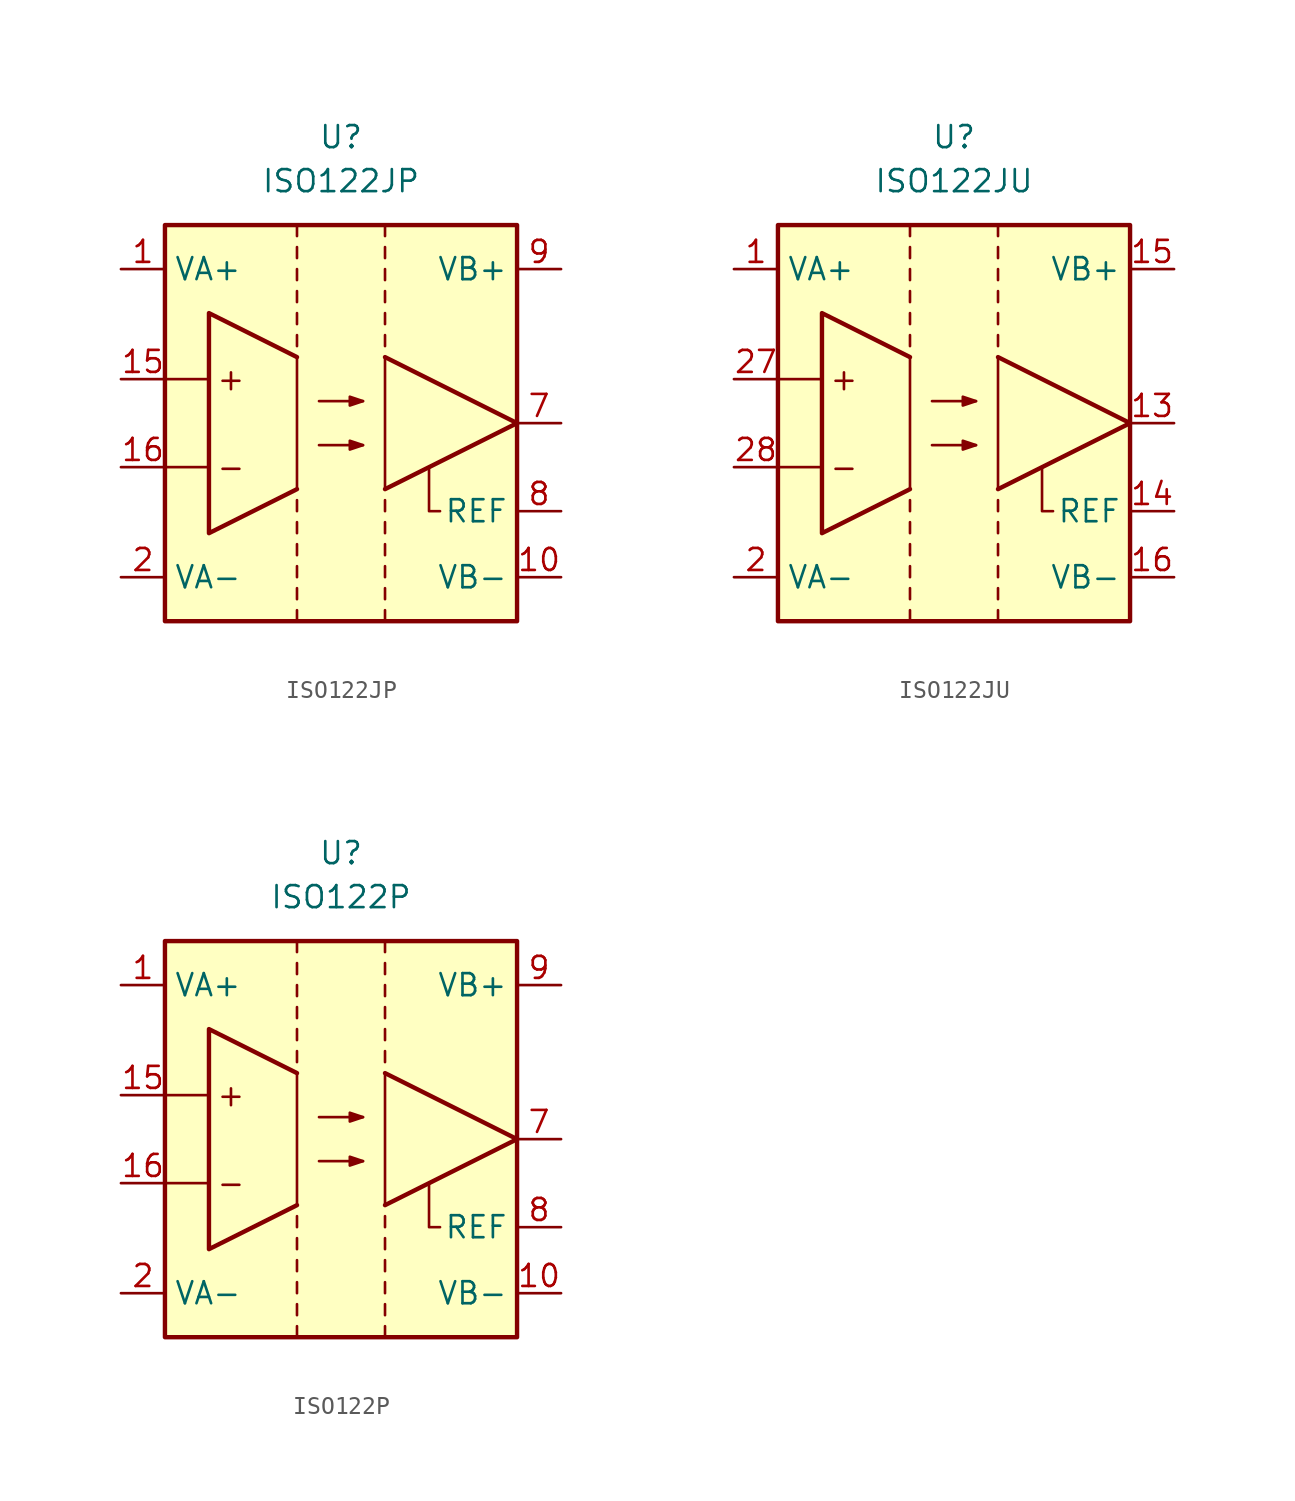
<source format=kicad_sym>
(kicad_symbol_lib
  (version 20211014)
  (generator kicad_symbol_editor)
  (symbol "ISO122JP"
    (property "Reference" "U"
      (at 0 16.51 0)
      (effects (font (size 1.27 1.27))))
    (property "Value" "ISO122JP"
      (at 0 13.97 0)
      (effects (font (size 1.27 1.27))))
    (symbol "ISO122JP_0_0"
      (rectangle (start -10.16 11.43) (end 10.16 -11.43) (stroke (width 0.254) (type default) (color 0 0 0 0)) (fill (type background)))
      (polyline (pts (xy -10.16 -2.54) (xy -7.62 -2.54)) (stroke (width 0.152) (type default) (color 0 0 0 0)) (fill (type none)))
      (polyline (pts (xy -10.16 2.54) (xy -7.62 2.54)) (stroke (width 0.152) (type default) (color 0 0 0 0)) (fill (type none)))
      (text "+" (at -6.35 2.54 0) (effects (font (size 1.27 1.27))))
      (text "-" (at -6.35 -2.54 0) (effects (font (size 1.27 1.27)))))
    (symbol "ISO122JP_0_1"
      (polyline (pts (xy -2.54 -11.43) (xy -2.54 -10.795)) (stroke (width 0.152) (type default) (color 0 0 0 0)) (fill (type none)))
      (polyline (pts (xy -2.54 -10.16) (xy -2.54 -9.525)) (stroke (width 0.152) (type default) (color 0 0 0 0)) (fill (type none)))
      (polyline (pts (xy -2.54 -8.255) (xy -2.54 -8.89)) (stroke (width 0.152) (type default) (color 0 0 0 0)) (fill (type none)))
      (polyline (pts (xy -2.54 -6.985) (xy -2.54 -7.62)) (stroke (width 0.152) (type default) (color 0 0 0 0)) (fill (type none)))
      (polyline (pts (xy -2.54 -5.715) (xy -2.54 -6.35)) (stroke (width 0.152) (type default) (color 0 0 0 0)) (fill (type none)))
      (polyline (pts (xy -2.54 -4.445) (xy -2.54 -5.08)) (stroke (width 0.152) (type default) (color 0 0 0 0)) (fill (type none)))
      (polyline (pts (xy -2.54 4.445) (xy -2.54 5.08)) (stroke (width 0.152) (type default) (color 0 0 0 0)) (fill (type none)))
      (polyline (pts (xy -2.54 5.715) (xy -2.54 6.35)) (stroke (width 0.152) (type default) (color 0 0 0 0)) (fill (type none)))
      (polyline (pts (xy -2.54 7.62) (xy -2.54 6.985)) (stroke (width 0.152) (type default) (color 0 0 0 0)) (fill (type none)))
      (polyline (pts (xy -2.54 8.89) (xy -2.54 8.255)) (stroke (width 0.152) (type default) (color 0 0 0 0)) (fill (type none)))
      (polyline (pts (xy -2.54 10.16) (xy -2.54 9.525)) (stroke (width 0.152) (type default) (color 0 0 0 0)) (fill (type none)))
      (polyline (pts (xy -2.54 11.43) (xy -2.54 10.795)) (stroke (width 0.152) (type default) (color 0 0 0 0)) (fill (type none)))
      (polyline (pts (xy 1.27 -1.27) (xy -1.27 -1.27)) (stroke (width 0.152) (type default) (color 0 0 0 0)) (fill (type none)))
      (polyline (pts (xy 1.27 1.27) (xy -1.27 1.27)) (stroke (width 0.152) (type default) (color 0 0 0 0)) (fill (type none)))
      (polyline (pts (xy 2.54 -11.43) (xy 2.54 -10.795)) (stroke (width 0.152) (type default) (color 0 0 0 0)) (fill (type none)))
      (polyline (pts (xy 2.54 -10.16) (xy 2.54 -9.525)) (stroke (width 0.152) (type default) (color 0 0 0 0)) (fill (type none)))
      (polyline (pts (xy 2.54 -8.255) (xy 2.54 -8.89)) (stroke (width 0.152) (type default) (color 0 0 0 0)) (fill (type none)))
      (polyline (pts (xy 2.54 -6.985) (xy 2.54 -7.62)) (stroke (width 0.152) (type default) (color 0 0 0 0)) (fill (type none)))
      (polyline (pts (xy 2.54 -5.715) (xy 2.54 -6.35)) (stroke (width 0.152) (type default) (color 0 0 0 0)) (fill (type none)))
      (polyline (pts (xy 2.54 -4.445) (xy 2.54 -5.08)) (stroke (width 0.152) (type default) (color 0 0 0 0)) (fill (type none)))
      (polyline (pts (xy 2.54 4.445) (xy 2.54 5.08)) (stroke (width 0.152) (type default) (color 0 0 0 0)) (fill (type none)))
      (polyline (pts (xy 2.54 5.715) (xy 2.54 6.35)) (stroke (width 0.152) (type default) (color 0 0 0 0)) (fill (type none)))
      (polyline (pts (xy 2.54 7.62) (xy 2.54 6.985)) (stroke (width 0.152) (type default) (color 0 0 0 0)) (fill (type none)))
      (polyline (pts (xy 2.54 8.89) (xy 2.54 8.255)) (stroke (width 0.152) (type default) (color 0 0 0 0)) (fill (type none)))
      (polyline (pts (xy 2.54 10.16) (xy 2.54 9.525)) (stroke (width 0.152) (type default) (color 0 0 0 0)) (fill (type none)))
      (polyline (pts (xy 2.54 11.43) (xy 2.54 10.795)) (stroke (width 0.152) (type default) (color 0 0 0 0)) (fill (type none)))
      (polyline (pts (xy 2.54 3.81) (xy 10.16 0) (xy 2.54 -3.81)) (stroke (width 0.254) (type default) (color 0 0 0 0)) (fill (type none)))
      (polyline (pts (xy 5.715 -5.08) (xy 5.08 -5.08) (xy 5.08 -2.54)) (stroke (width 0.152) (type default) (color 0 0 0 0)) (fill (type none)))
      (polyline (pts (xy -2.54 3.81) (xy -7.62 6.35) (xy -7.62 -6.35) (xy -2.54 -3.81)) (stroke (width 0.254) (type default) (color 0 0 0 0)) (fill (type none)))
      (polyline (pts (xy 1.27 -1.27) (xy 0.508 -1.016) (xy 0.508 -1.524) (xy 1.27 -1.27)) (stroke (width 0.152) (type default) (color 0 0 0 0)) (fill (type outline)))
      (polyline (pts (xy 1.27 1.27) (xy 0.508 1.524) (xy 0.508 1.016) (xy 1.27 1.27)) (stroke (width 0.152) (type default) (color 0 0 0 0)) (fill (type outline)))
      (polyline (pts (xy 2.54 3.81) (xy 2.54 -3.81) (xy 10.16 0) (xy 2.54 3.81)) (stroke (width 0.152) (type default) (color 0 0 0 0)) (fill (type none)))
      (polyline (pts (xy -2.54 3.81) (xy -7.62 6.35) (xy -7.62 -6.35) (xy -2.54 -3.81) (xy -2.54 3.81)) (stroke (width 0.152) (type default) (color 0 0 0 0)) (fill (type none))))
    (symbol "ISO122JP_1_1"
      (pin power_in line (at -12.7 8.89 0) (length 2.54) (name "VA+" (effects (font (size 1.27 1.27)))) (number "1" (effects (font (size 1.27 1.27)))))
      (pin power_in line (at 12.7 -8.89 180) (length 2.54) (name "VB-" (effects (font (size 1.27 1.27)))) (number "10" (effects (font (size 1.27 1.27)))))
      (pin input line (at -12.7 2.54 0) (length 2.54) (name "~" (effects (font (size 1.27 1.27)))) (number "15" (effects (font (size 1.27 1.27)))))
      (pin input line (at -12.7 -2.54 0) (length 2.54) (name "~" (effects (font (size 1.27 1.27)))) (number "16" (effects (font (size 1.27 1.27)))))
      (pin power_in line (at -12.7 -8.89 0) (length 2.54) (name "VA-" (effects (font (size 1.27 1.27)))) (number "2" (effects (font (size 1.27 1.27)))))
      (pin output line (at 12.7 0 180) (length 2.54) (name "~" (effects (font (size 1.27 1.27)))) (number "7" (effects (font (size 1.27 1.27)))))
      (pin input line (at 12.7 -5.08 180) (length 2.54) (name "REF" (effects (font (size 1.27 1.27)))) (number "8" (effects (font (size 1.27 1.27)))))
      (pin power_in line (at 12.7 8.89 180) (length 2.54) (name "VB+" (effects (font (size 1.27 1.27)))) (number "9" (effects (font (size 1.27 1.27)))))))
  (symbol "ISO122JU"
    (property "Reference" "U"
      (at 0 16.51 0)
      (effects (font (size 1.27 1.27))))
    (property "Value" "ISO122JU"
      (at 0 13.97 0)
      (effects (font (size 1.27 1.27))))
    (symbol "ISO122JU_0_0"
      (rectangle (start -10.16 11.43) (end 10.16 -11.43) (stroke (width 0.254) (type default) (color 0 0 0 0)) (fill (type background)))
      (polyline (pts (xy -10.16 -2.54) (xy -7.62 -2.54)) (stroke (width 0.152) (type default) (color 0 0 0 0)) (fill (type none)))
      (polyline (pts (xy -10.16 2.54) (xy -7.62 2.54)) (stroke (width 0.152) (type default) (color 0 0 0 0)) (fill (type none)))
      (text "+" (at -6.35 2.54 0) (effects (font (size 1.27 1.27))))
      (text "-" (at -6.35 -2.54 0) (effects (font (size 1.27 1.27)))))
    (symbol "ISO122JU_0_1"
      (polyline (pts (xy -2.54 -11.43) (xy -2.54 -10.795)) (stroke (width 0.152) (type default) (color 0 0 0 0)) (fill (type none)))
      (polyline (pts (xy -2.54 -10.16) (xy -2.54 -9.525)) (stroke (width 0.152) (type default) (color 0 0 0 0)) (fill (type none)))
      (polyline (pts (xy -2.54 -8.255) (xy -2.54 -8.89)) (stroke (width 0.152) (type default) (color 0 0 0 0)) (fill (type none)))
      (polyline (pts (xy -2.54 -6.985) (xy -2.54 -7.62)) (stroke (width 0.152) (type default) (color 0 0 0 0)) (fill (type none)))
      (polyline (pts (xy -2.54 -5.715) (xy -2.54 -6.35)) (stroke (width 0.152) (type default) (color 0 0 0 0)) (fill (type none)))
      (polyline (pts (xy -2.54 -4.445) (xy -2.54 -5.08)) (stroke (width 0.152) (type default) (color 0 0 0 0)) (fill (type none)))
      (polyline (pts (xy -2.54 4.445) (xy -2.54 5.08)) (stroke (width 0.152) (type default) (color 0 0 0 0)) (fill (type none)))
      (polyline (pts (xy -2.54 5.715) (xy -2.54 6.35)) (stroke (width 0.152) (type default) (color 0 0 0 0)) (fill (type none)))
      (polyline (pts (xy -2.54 7.62) (xy -2.54 6.985)) (stroke (width 0.152) (type default) (color 0 0 0 0)) (fill (type none)))
      (polyline (pts (xy -2.54 8.89) (xy -2.54 8.255)) (stroke (width 0.152) (type default) (color 0 0 0 0)) (fill (type none)))
      (polyline (pts (xy -2.54 10.16) (xy -2.54 9.525)) (stroke (width 0.152) (type default) (color 0 0 0 0)) (fill (type none)))
      (polyline (pts (xy -2.54 11.43) (xy -2.54 10.795)) (stroke (width 0.152) (type default) (color 0 0 0 0)) (fill (type none)))
      (polyline (pts (xy 1.27 -1.27) (xy -1.27 -1.27)) (stroke (width 0.152) (type default) (color 0 0 0 0)) (fill (type none)))
      (polyline (pts (xy 1.27 1.27) (xy -1.27 1.27)) (stroke (width 0.152) (type default) (color 0 0 0 0)) (fill (type none)))
      (polyline (pts (xy 2.54 -11.43) (xy 2.54 -10.795)) (stroke (width 0.152) (type default) (color 0 0 0 0)) (fill (type none)))
      (polyline (pts (xy 2.54 -10.16) (xy 2.54 -9.525)) (stroke (width 0.152) (type default) (color 0 0 0 0)) (fill (type none)))
      (polyline (pts (xy 2.54 -8.255) (xy 2.54 -8.89)) (stroke (width 0.152) (type default) (color 0 0 0 0)) (fill (type none)))
      (polyline (pts (xy 2.54 -6.985) (xy 2.54 -7.62)) (stroke (width 0.152) (type default) (color 0 0 0 0)) (fill (type none)))
      (polyline (pts (xy 2.54 -5.715) (xy 2.54 -6.35)) (stroke (width 0.152) (type default) (color 0 0 0 0)) (fill (type none)))
      (polyline (pts (xy 2.54 -4.445) (xy 2.54 -5.08)) (stroke (width 0.152) (type default) (color 0 0 0 0)) (fill (type none)))
      (polyline (pts (xy 2.54 4.445) (xy 2.54 5.08)) (stroke (width 0.152) (type default) (color 0 0 0 0)) (fill (type none)))
      (polyline (pts (xy 2.54 5.715) (xy 2.54 6.35)) (stroke (width 0.152) (type default) (color 0 0 0 0)) (fill (type none)))
      (polyline (pts (xy 2.54 7.62) (xy 2.54 6.985)) (stroke (width 0.152) (type default) (color 0 0 0 0)) (fill (type none)))
      (polyline (pts (xy 2.54 8.89) (xy 2.54 8.255)) (stroke (width 0.152) (type default) (color 0 0 0 0)) (fill (type none)))
      (polyline (pts (xy 2.54 10.16) (xy 2.54 9.525)) (stroke (width 0.152) (type default) (color 0 0 0 0)) (fill (type none)))
      (polyline (pts (xy 2.54 11.43) (xy 2.54 10.795)) (stroke (width 0.152) (type default) (color 0 0 0 0)) (fill (type none)))
      (polyline (pts (xy 2.54 3.81) (xy 10.16 0) (xy 2.54 -3.81)) (stroke (width 0.254) (type default) (color 0 0 0 0)) (fill (type none)))
      (polyline (pts (xy 5.715 -5.08) (xy 5.08 -5.08) (xy 5.08 -2.54)) (stroke (width 0.152) (type default) (color 0 0 0 0)) (fill (type none)))
      (polyline (pts (xy -2.54 3.81) (xy -7.62 6.35) (xy -7.62 -6.35) (xy -2.54 -3.81)) (stroke (width 0.254) (type default) (color 0 0 0 0)) (fill (type none)))
      (polyline (pts (xy 1.27 -1.27) (xy 0.508 -1.016) (xy 0.508 -1.524) (xy 1.27 -1.27)) (stroke (width 0.152) (type default) (color 0 0 0 0)) (fill (type outline)))
      (polyline (pts (xy 1.27 1.27) (xy 0.508 1.524) (xy 0.508 1.016) (xy 1.27 1.27)) (stroke (width 0.152) (type default) (color 0 0 0 0)) (fill (type outline)))
      (polyline (pts (xy 2.54 3.81) (xy 2.54 -3.81) (xy 10.16 0) (xy 2.54 3.81)) (stroke (width 0.152) (type default) (color 0 0 0 0)) (fill (type none)))
      (polyline (pts (xy -2.54 3.81) (xy -7.62 6.35) (xy -7.62 -6.35) (xy -2.54 -3.81) (xy -2.54 3.81)) (stroke (width 0.152) (type default) (color 0 0 0 0)) (fill (type none))))
    (symbol "ISO122JU_1_1"
      (pin power_in line (at -12.7 8.89 0) (length 2.54) (name "VA+" (effects (font (size 1.27 1.27)))) (number "1" (effects (font (size 1.27 1.27)))))
      (pin output line (at 12.7 0 180) (length 2.54) (name "~" (effects (font (size 1.27 1.27)))) (number "13" (effects (font (size 1.27 1.27)))))
      (pin input line (at 12.7 -5.08 180) (length 2.54) (name "REF" (effects (font (size 1.27 1.27)))) (number "14" (effects (font (size 1.27 1.27)))))
      (pin power_in line (at 12.7 8.89 180) (length 2.54) (name "VB+" (effects (font (size 1.27 1.27)))) (number "15" (effects (font (size 1.27 1.27)))))
      (pin power_in line (at 12.7 -8.89 180) (length 2.54) (name "VB-" (effects (font (size 1.27 1.27)))) (number "16" (effects (font (size 1.27 1.27)))))
      (pin power_in line (at -12.7 -8.89 0) (length 2.54) (name "VA-" (effects (font (size 1.27 1.27)))) (number "2" (effects (font (size 1.27 1.27)))))
      (pin input line (at -12.7 2.54 0) (length 2.54) (name "~" (effects (font (size 1.27 1.27)))) (number "27" (effects (font (size 1.27 1.27)))))
      (pin input line (at -12.7 -2.54 0) (length 2.54) (name "~" (effects (font (size 1.27 1.27)))) (number "28" (effects (font (size 1.27 1.27)))))))
  (symbol "ISO122P"
    (property "Reference" "U"
      (at 0 16.51 0)
      (effects (font (size 1.27 1.27))))
    (property "Value" "ISO122P"
      (at 0 13.97 0)
      (effects (font (size 1.27 1.27))))
    (symbol "ISO122P_0_0"
      (rectangle (start -10.16 11.43) (end 10.16 -11.43) (stroke (width 0.254) (type default) (color 0 0 0 0)) (fill (type background)))
      (polyline (pts (xy -10.16 -2.54) (xy -7.62 -2.54)) (stroke (width 0.152) (type default) (color 0 0 0 0)) (fill (type none)))
      (polyline (pts (xy -10.16 2.54) (xy -7.62 2.54)) (stroke (width 0.152) (type default) (color 0 0 0 0)) (fill (type none)))
      (text "+" (at -6.35 2.54 0) (effects (font (size 1.27 1.27))))
      (text "-" (at -6.35 -2.54 0) (effects (font (size 1.27 1.27)))))
    (symbol "ISO122P_0_1"
      (polyline (pts (xy -2.54 -11.43) (xy -2.54 -10.795)) (stroke (width 0.152) (type default) (color 0 0 0 0)) (fill (type none)))
      (polyline (pts (xy -2.54 -10.16) (xy -2.54 -9.525)) (stroke (width 0.152) (type default) (color 0 0 0 0)) (fill (type none)))
      (polyline (pts (xy -2.54 -8.255) (xy -2.54 -8.89)) (stroke (width 0.152) (type default) (color 0 0 0 0)) (fill (type none)))
      (polyline (pts (xy -2.54 -6.985) (xy -2.54 -7.62)) (stroke (width 0.152) (type default) (color 0 0 0 0)) (fill (type none)))
      (polyline (pts (xy -2.54 -5.715) (xy -2.54 -6.35)) (stroke (width 0.152) (type default) (color 0 0 0 0)) (fill (type none)))
      (polyline (pts (xy -2.54 -4.445) (xy -2.54 -5.08)) (stroke (width 0.152) (type default) (color 0 0 0 0)) (fill (type none)))
      (polyline (pts (xy -2.54 4.445) (xy -2.54 5.08)) (stroke (width 0.152) (type default) (color 0 0 0 0)) (fill (type none)))
      (polyline (pts (xy -2.54 5.715) (xy -2.54 6.35)) (stroke (width 0.152) (type default) (color 0 0 0 0)) (fill (type none)))
      (polyline (pts (xy -2.54 7.62) (xy -2.54 6.985)) (stroke (width 0.152) (type default) (color 0 0 0 0)) (fill (type none)))
      (polyline (pts (xy -2.54 8.89) (xy -2.54 8.255)) (stroke (width 0.152) (type default) (color 0 0 0 0)) (fill (type none)))
      (polyline (pts (xy -2.54 10.16) (xy -2.54 9.525)) (stroke (width 0.152) (type default) (color 0 0 0 0)) (fill (type none)))
      (polyline (pts (xy -2.54 11.43) (xy -2.54 10.795)) (stroke (width 0.152) (type default) (color 0 0 0 0)) (fill (type none)))
      (polyline (pts (xy 1.27 -1.27) (xy -1.27 -1.27)) (stroke (width 0.152) (type default) (color 0 0 0 0)) (fill (type none)))
      (polyline (pts (xy 1.27 1.27) (xy -1.27 1.27)) (stroke (width 0.152) (type default) (color 0 0 0 0)) (fill (type none)))
      (polyline (pts (xy 2.54 -11.43) (xy 2.54 -10.795)) (stroke (width 0.152) (type default) (color 0 0 0 0)) (fill (type none)))
      (polyline (pts (xy 2.54 -10.16) (xy 2.54 -9.525)) (stroke (width 0.152) (type default) (color 0 0 0 0)) (fill (type none)))
      (polyline (pts (xy 2.54 -8.255) (xy 2.54 -8.89)) (stroke (width 0.152) (type default) (color 0 0 0 0)) (fill (type none)))
      (polyline (pts (xy 2.54 -6.985) (xy 2.54 -7.62)) (stroke (width 0.152) (type default) (color 0 0 0 0)) (fill (type none)))
      (polyline (pts (xy 2.54 -5.715) (xy 2.54 -6.35)) (stroke (width 0.152) (type default) (color 0 0 0 0)) (fill (type none)))
      (polyline (pts (xy 2.54 -4.445) (xy 2.54 -5.08)) (stroke (width 0.152) (type default) (color 0 0 0 0)) (fill (type none)))
      (polyline (pts (xy 2.54 4.445) (xy 2.54 5.08)) (stroke (width 0.152) (type default) (color 0 0 0 0)) (fill (type none)))
      (polyline (pts (xy 2.54 5.715) (xy 2.54 6.35)) (stroke (width 0.152) (type default) (color 0 0 0 0)) (fill (type none)))
      (polyline (pts (xy 2.54 7.62) (xy 2.54 6.985)) (stroke (width 0.152) (type default) (color 0 0 0 0)) (fill (type none)))
      (polyline (pts (xy 2.54 8.89) (xy 2.54 8.255)) (stroke (width 0.152) (type default) (color 0 0 0 0)) (fill (type none)))
      (polyline (pts (xy 2.54 10.16) (xy 2.54 9.525)) (stroke (width 0.152) (type default) (color 0 0 0 0)) (fill (type none)))
      (polyline (pts (xy 2.54 11.43) (xy 2.54 10.795)) (stroke (width 0.152) (type default) (color 0 0 0 0)) (fill (type none)))
      (polyline (pts (xy 2.54 3.81) (xy 10.16 0) (xy 2.54 -3.81)) (stroke (width 0.254) (type default) (color 0 0 0 0)) (fill (type none)))
      (polyline (pts (xy 5.715 -5.08) (xy 5.08 -5.08) (xy 5.08 -2.54)) (stroke (width 0.152) (type default) (color 0 0 0 0)) (fill (type none)))
      (polyline (pts (xy -2.54 3.81) (xy -7.62 6.35) (xy -7.62 -6.35) (xy -2.54 -3.81)) (stroke (width 0.254) (type default) (color 0 0 0 0)) (fill (type none)))
      (polyline (pts (xy 1.27 -1.27) (xy 0.508 -1.016) (xy 0.508 -1.524) (xy 1.27 -1.27)) (stroke (width 0.152) (type default) (color 0 0 0 0)) (fill (type outline)))
      (polyline (pts (xy 1.27 1.27) (xy 0.508 1.524) (xy 0.508 1.016) (xy 1.27 1.27)) (stroke (width 0.152) (type default) (color 0 0 0 0)) (fill (type outline)))
      (polyline (pts (xy 2.54 3.81) (xy 2.54 -3.81) (xy 10.16 0) (xy 2.54 3.81)) (stroke (width 0.152) (type default) (color 0 0 0 0)) (fill (type none)))
      (polyline (pts (xy -2.54 3.81) (xy -7.62 6.35) (xy -7.62 -6.35) (xy -2.54 -3.81) (xy -2.54 3.81)) (stroke (width 0.152) (type default) (color 0 0 0 0)) (fill (type none))))
    (symbol "ISO122P_1_1"
      (pin power_in line (at -12.7 8.89 0) (length 2.54) (name "VA+" (effects (font (size 1.27 1.27)))) (number "1" (effects (font (size 1.27 1.27)))))
      (pin power_in line (at 12.7 -8.89 180) (length 2.54) (name "VB-" (effects (font (size 1.27 1.27)))) (number "10" (effects (font (size 1.27 1.27)))))
      (pin input line (at -12.7 2.54 0) (length 2.54) (name "~" (effects (font (size 1.27 1.27)))) (number "15" (effects (font (size 1.27 1.27)))))
      (pin input line (at -12.7 -2.54 0) (length 2.54) (name "~" (effects (font (size 1.27 1.27)))) (number "16" (effects (font (size 1.27 1.27)))))
      (pin power_in line (at -12.7 -8.89 0) (length 2.54) (name "VA-" (effects (font (size 1.27 1.27)))) (number "2" (effects (font (size 1.27 1.27)))))
      (pin output line (at 12.7 0 180) (length 2.54) (name "~" (effects (font (size 1.27 1.27)))) (number "7" (effects (font (size 1.27 1.27)))))
      (pin input line (at 12.7 -5.08 180) (length 2.54) (name "REF" (effects (font (size 1.27 1.27)))) (number "8" (effects (font (size 1.27 1.27)))))
      (pin power_in line (at 12.7 8.89 180) (length 2.54) (name "VB+" (effects (font (size 1.27 1.27)))) (number "9" (effects (font (size 1.27 1.27))))))))
</source>
